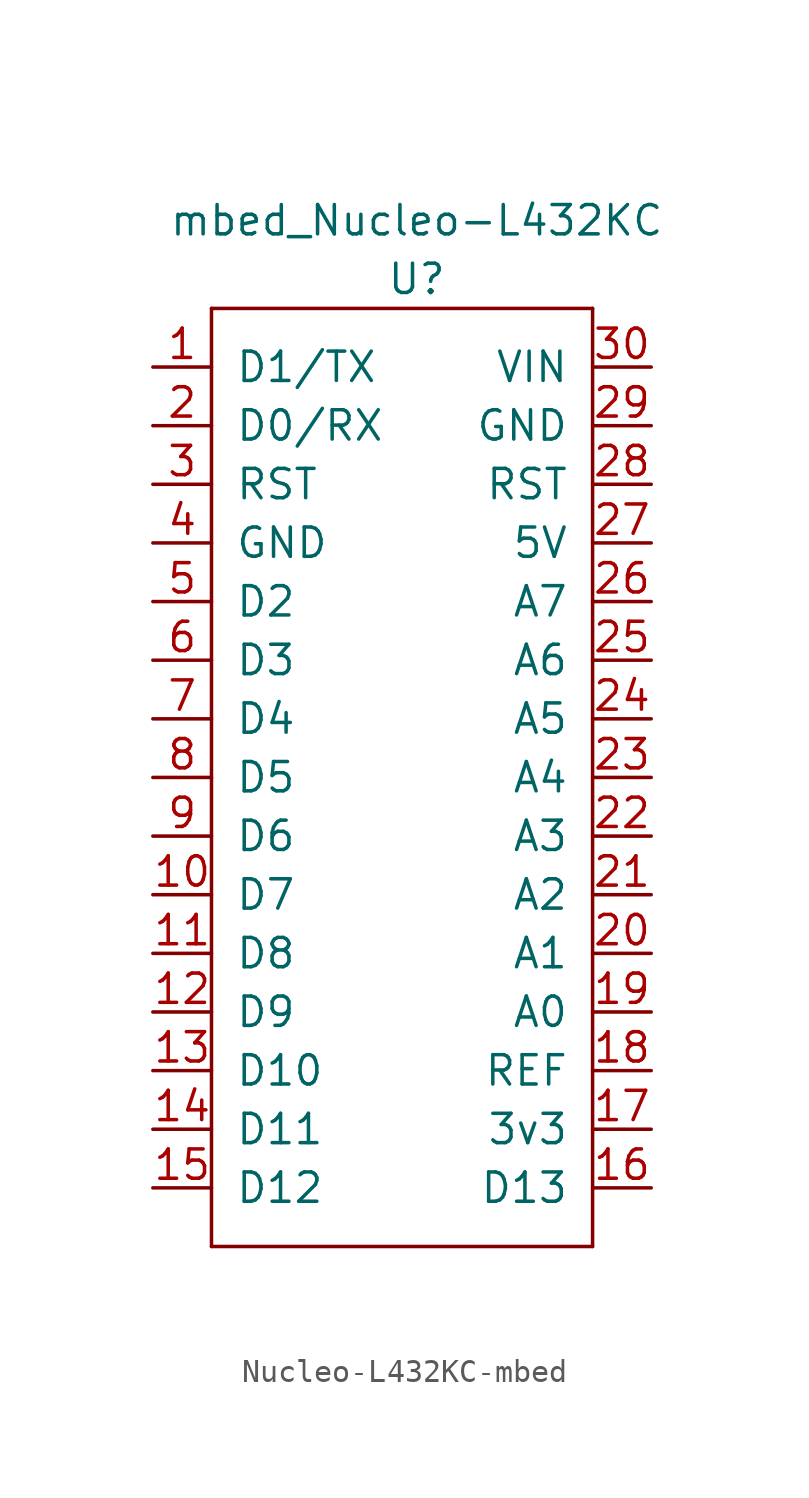
<source format=kicad_sym>
(kicad_symbol_lib
  (version 20220914)
  (generator kicad_symbol_editor)
  (symbol "Nucleo-L432KC-mbed"
    (pin_names
      (offset 1.016))
    (property "Reference" "U"
      (at 0 21.59 0)
      (effects (font (size 1.27 1.27))))
    (property "Value" "mbed_Nucleo-L432KC"
      (at 0 24.13 0)
      (effects (font (size 1.27 1.27))))
    (symbol "Nucleo-L432KC-mbed_0_1"
      (rectangle (start -8.89 -20.32) (end 7.62 -20.32) (stroke (width 0) (type solid)) (fill (type none)))
      (rectangle (start -8.89 20.32) (end -8.89 -20.32) (stroke (width 0) (type solid)) (fill (type none)))
      (rectangle (start 7.62 -20.32) (end 7.62 20.32) (stroke (width 0) (type solid)) (fill (type none)))
      (rectangle (start 7.62 20.32) (end -8.89 20.32) (stroke (width 0) (type solid)) (fill (type none))))
    (symbol "Nucleo-L432KC-mbed_1_1"
      (pin output line (at -11.43 17.78 0) (length 2.54) (name "D1/TX" (effects (font (size 1.27 1.27)))) (number "1" (effects (font (size 1.27 1.27)))))
      (pin bidirectional line (at -11.43 -5.08 0) (length 2.54) (name "D7" (effects (font (size 1.27 1.27)))) (number "10" (effects (font (size 1.27 1.27)))))
      (pin bidirectional line (at -11.43 -7.62 0) (length 2.54) (name "D8" (effects (font (size 1.27 1.27)))) (number "11" (effects (font (size 1.27 1.27)))))
      (pin bidirectional line (at -11.43 -10.16 0) (length 2.54) (name "D9" (effects (font (size 1.27 1.27)))) (number "12" (effects (font (size 1.27 1.27)))))
      (pin bidirectional line (at -11.43 -12.7 0) (length 2.54) (name "D10" (effects (font (size 1.27 1.27)))) (number "13" (effects (font (size 1.27 1.27)))))
      (pin bidirectional line (at -11.43 -15.24 0) (length 2.54) (name "D11" (effects (font (size 1.27 1.27)))) (number "14" (effects (font (size 1.27 1.27)))))
      (pin bidirectional line (at -11.43 -17.78 0) (length 2.54) (name "D12" (effects (font (size 1.27 1.27)))) (number "15" (effects (font (size 1.27 1.27)))))
      (pin bidirectional line (at 10.16 -17.78 180) (length 2.54) (name "D13" (effects (font (size 1.27 1.27)))) (number "16" (effects (font (size 1.27 1.27)))))
      (pin bidirectional line (at 10.16 -15.24 180) (length 2.54) (name "3v3" (effects (font (size 1.27 1.27)))) (number "17" (effects (font (size 1.27 1.27)))))
      (pin bidirectional line (at 10.16 -12.7 180) (length 2.54) (name "REF" (effects (font (size 1.27 1.27)))) (number "18" (effects (font (size 1.27 1.27)))))
      (pin bidirectional line (at 10.16 -10.16 180) (length 2.54) (name "A0" (effects (font (size 1.27 1.27)))) (number "19" (effects (font (size 1.27 1.27)))))
      (pin input line (at -11.43 15.24 0) (length 2.54) (name "D0/RX" (effects (font (size 1.27 1.27)))) (number "2" (effects (font (size 1.27 1.27)))))
      (pin bidirectional line (at 10.16 -7.62 180) (length 2.54) (name "A1" (effects (font (size 1.27 1.27)))) (number "20" (effects (font (size 1.27 1.27)))))
      (pin bidirectional line (at 10.16 -5.08 180) (length 2.54) (name "A2" (effects (font (size 1.27 1.27)))) (number "21" (effects (font (size 1.27 1.27)))))
      (pin bidirectional line (at 10.16 -2.54 180) (length 2.54) (name "A3" (effects (font (size 1.27 1.27)))) (number "22" (effects (font (size 1.27 1.27)))))
      (pin bidirectional line (at 10.16 0 180) (length 2.54) (name "A4" (effects (font (size 1.27 1.27)))) (number "23" (effects (font (size 1.27 1.27)))))
      (pin bidirectional line (at 10.16 2.54 180) (length 2.54) (name "A5" (effects (font (size 1.27 1.27)))) (number "24" (effects (font (size 1.27 1.27)))))
      (pin bidirectional line (at 10.16 5.08 180) (length 2.54) (name "A6" (effects (font (size 1.27 1.27)))) (number "25" (effects (font (size 1.27 1.27)))))
      (pin bidirectional line (at 10.16 7.62 180) (length 2.54) (name "A7" (effects (font (size 1.27 1.27)))) (number "26" (effects (font (size 1.27 1.27)))))
      (pin power_out line (at 10.16 10.16 180) (length 2.54) (name "5V" (effects (font (size 1.27 1.27)))) (number "27" (effects (font (size 1.27 1.27)))))
      (pin bidirectional line (at 10.16 12.7 180) (length 2.54) (name "RST" (effects (font (size 1.27 1.27)))) (number "28" (effects (font (size 1.27 1.27)))))
      (pin bidirectional line (at 10.16 15.24 180) (length 2.54) (name "GND" (effects (font (size 1.27 1.27)))) (number "29" (effects (font (size 1.27 1.27)))))
      (pin bidirectional line (at -11.43 12.7 0) (length 2.54) (name "RST" (effects (font (size 1.27 1.27)))) (number "3" (effects (font (size 1.27 1.27)))))
      (pin bidirectional line (at 10.16 17.78 180) (length 2.54) (name "VIN" (effects (font (size 1.27 1.27)))) (number "30" (effects (font (size 1.27 1.27)))))
      (pin input line (at -11.43 10.16 0) (length 2.54) (name "GND" (effects (font (size 1.27 1.27)))) (number "4" (effects (font (size 1.27 1.27)))))
      (pin bidirectional line (at -11.43 7.62 0) (length 2.54) (name "D2" (effects (font (size 1.27 1.27)))) (number "5" (effects (font (size 1.27 1.27)))))
      (pin bidirectional line (at -11.43 5.08 0) (length 2.54) (name "D3" (effects (font (size 1.27 1.27)))) (number "6" (effects (font (size 1.27 1.27)))))
      (pin bidirectional line (at -11.43 2.54 0) (length 2.54) (name "D4" (effects (font (size 1.27 1.27)))) (number "7" (effects (font (size 1.27 1.27)))))
      (pin bidirectional line (at -11.43 0 0) (length 2.54) (name "D5" (effects (font (size 1.27 1.27)))) (number "8" (effects (font (size 1.27 1.27)))))
      (pin bidirectional line (at -11.43 -2.54 0) (length 2.54) (name "D6" (effects (font (size 1.27 1.27)))) (number "9" (effects (font (size 1.27 1.27))))))))
</source>
